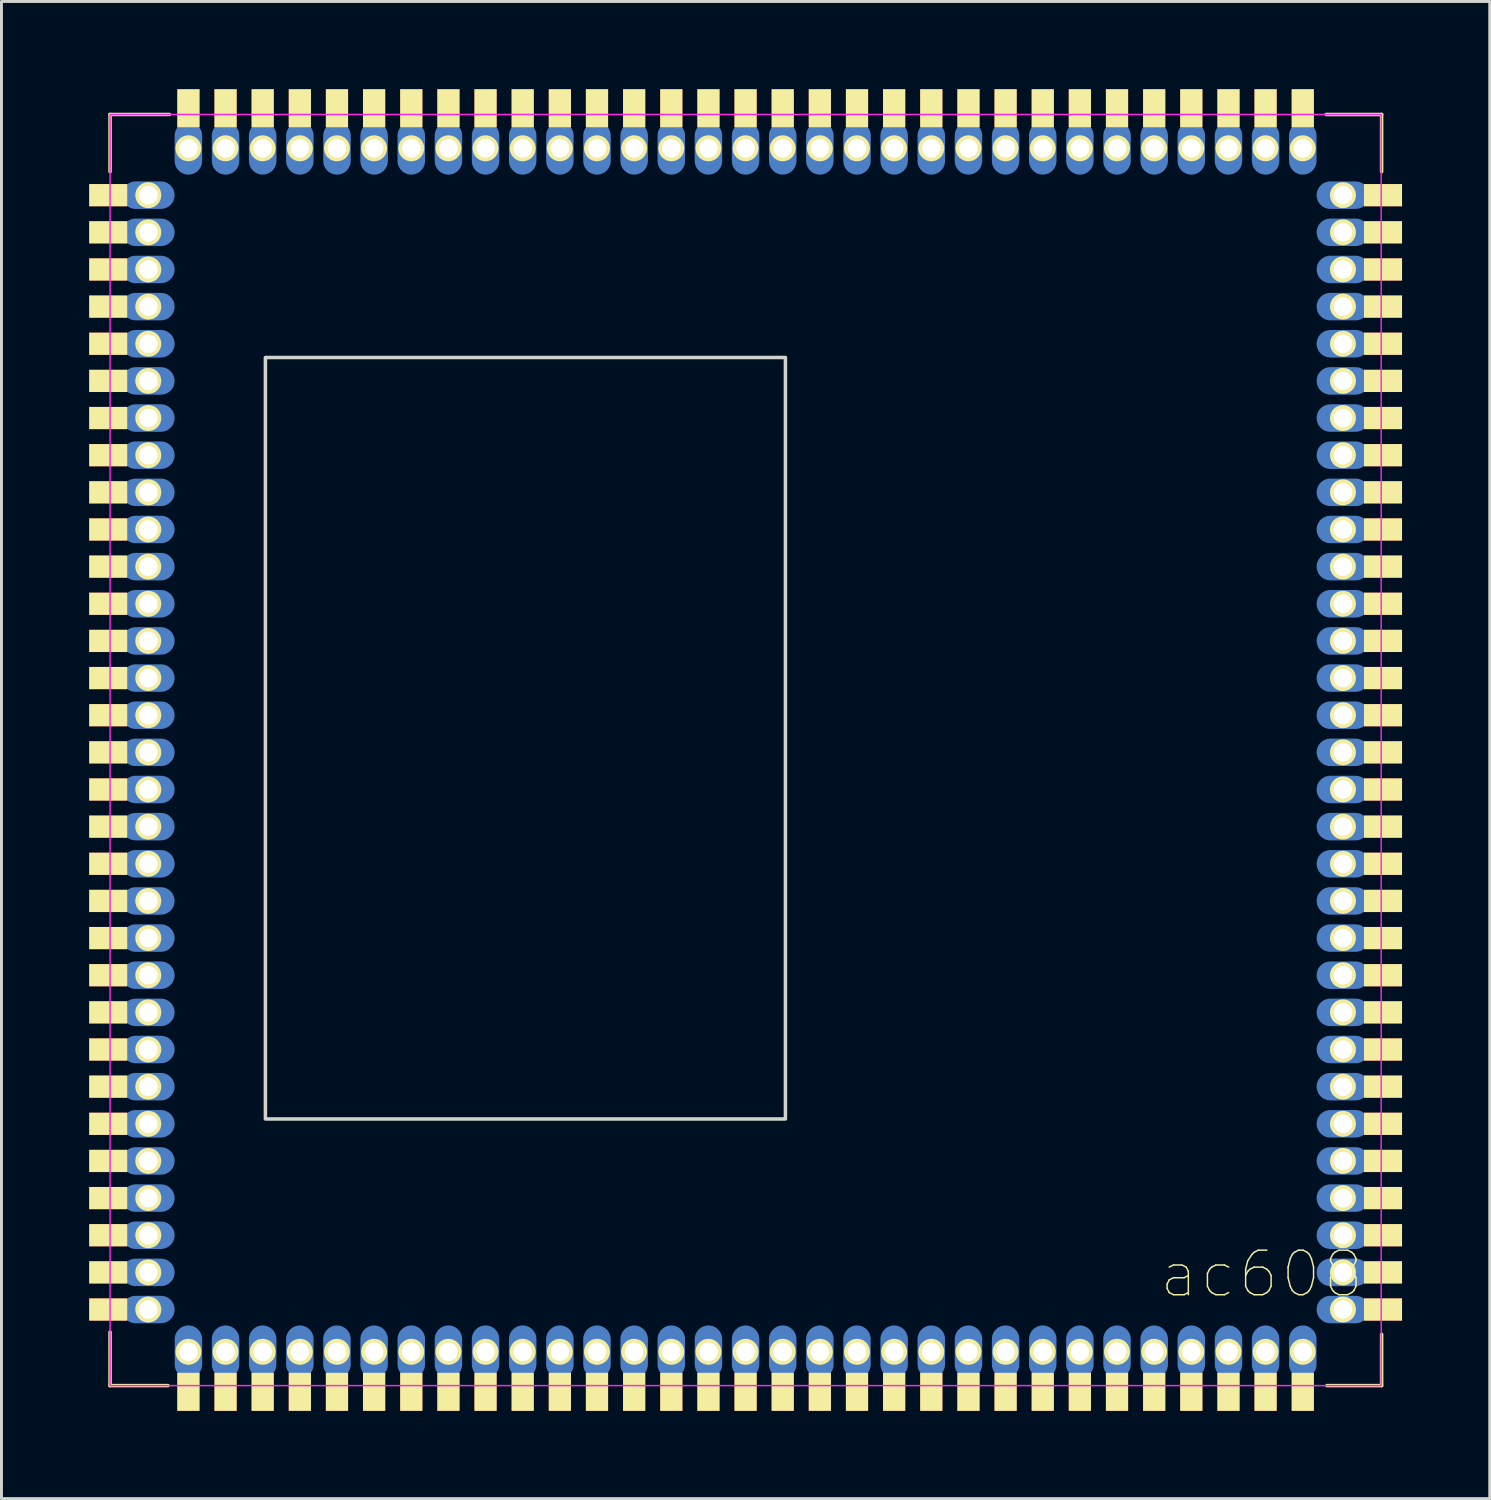
<source format=kicad_pcb>
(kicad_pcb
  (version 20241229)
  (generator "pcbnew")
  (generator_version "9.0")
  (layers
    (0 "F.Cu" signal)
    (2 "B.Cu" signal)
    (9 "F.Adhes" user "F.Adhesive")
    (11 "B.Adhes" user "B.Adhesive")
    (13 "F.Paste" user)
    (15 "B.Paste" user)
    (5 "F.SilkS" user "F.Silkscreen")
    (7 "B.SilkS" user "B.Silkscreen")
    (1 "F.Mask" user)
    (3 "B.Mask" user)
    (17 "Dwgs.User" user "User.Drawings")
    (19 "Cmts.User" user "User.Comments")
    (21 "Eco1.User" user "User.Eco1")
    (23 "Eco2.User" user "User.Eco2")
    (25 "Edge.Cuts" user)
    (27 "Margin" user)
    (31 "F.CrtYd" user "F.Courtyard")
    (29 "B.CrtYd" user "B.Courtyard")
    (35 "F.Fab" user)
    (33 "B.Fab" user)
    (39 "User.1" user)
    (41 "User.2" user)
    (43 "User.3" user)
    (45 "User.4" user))
  (footprint "ac608"
    (layer "F.Cu")
    (at 0.713 44.324)
    (property "Reference" "ac608" (at 39.37 -3.81 0) (layer "F.SilkS") (effects (font (size 1.524 1.524) (thickness 0.05))))
    (attr smd)
    (fp_line (start 0 -43.46) (end 0 -41.504) (stroke (width 0.12) (type solid)) (layer "F.SilkS"))
    (fp_line (start 0 -43.46) (end 2.032 -43.46) (stroke (width 0.12) (type solid)) (layer "F.SilkS"))
    (fp_line (start 0 0) (end 0 -1.829) (stroke (width 0.12) (type solid)) (layer "F.SilkS"))
    (fp_line (start 1.981 0) (end 0 0) (stroke (width 0.12) (type solid)) (layer "F.SilkS"))
    (fp_line (start 43.475 -43.459) (end 41.58 -43.459) (stroke (width 0.12) (type solid)) (layer "F.SilkS"))
    (fp_line (start 43.475 -43.459) (end 43.475 -41.504) (stroke (width 0.12) (type solid)) (layer "F.SilkS"))
    (fp_line (start 43.475 0) (end 41.605 0) (stroke (width 0.12) (type solid)) (layer "F.SilkS"))
    (fp_line (start 43.475 0) (end 43.475 -1.753) (stroke (width 0.12) (type solid)) (layer "F.SilkS"))
    (fp_rect (start 5.311 -9.116) (end 23.091 -35.151) (stroke (width 0.12) (type solid)) (fill no) (layer "Edge.Cuts"))
    (fp_rect (start 0 0) (end 43.46 -43.46) (stroke (width 0.05) (type solid)) (fill no) (layer "F.CrtYd"))
    (pad "1" thru_hole circle (at 2.679 -1.156) (size 0.889 0.889) (drill 0.635) (layers "*.Cu" "F.Mask" "F.SilkS"))
    (pad "1" smd oval (at 2.679 -1.156 270) (size 1.8 0.94) (layers "B.Cu" "B.Mask"))
    (pad "1" smd rect (at 2.679 -0.619 180) (size 0.5 0.5) (layers "F.Cu"))
    (pad "1" smd rect (at 2.679 0.213 180) (size 0.76 1.3) (layers "F.Cu" "F.Mask" "F.SilkS" "F.Paste"))
    (pad "2" thru_hole circle (at 3.949 -1.156) (size 0.889 0.889) (drill 0.635) (layers "*.Cu" "F.Mask" "F.SilkS"))
    (pad "2" smd oval (at 3.949 -1.156 270) (size 1.8 0.94) (layers "B.Cu" "B.Mask"))
    (pad "2" smd rect (at 3.949 -0.619 180) (size 0.5 0.5) (layers "F.Cu"))
    (pad "2" smd rect (at 3.949 0.213 180) (size 0.76 1.3) (layers "F.Cu" "F.Mask" "F.SilkS" "F.Paste"))
    (pad "3" thru_hole circle (at 5.218 -1.156) (size 0.889 0.889) (drill 0.635) (layers "*.Cu" "F.Mask" "F.SilkS"))
    (pad "3" smd oval (at 5.218 -1.156 270) (size 1.8 0.94) (layers "B.Cu" "B.Mask"))
    (pad "3" smd rect (at 5.218 -0.619 180) (size 0.5 0.5) (layers "F.Cu"))
    (pad "3" smd rect (at 5.218 0.213 180) (size 0.76 1.3) (layers "F.Cu" "F.Mask" "F.SilkS" "F.Paste"))
    (pad "4" thru_hole circle (at 6.489 -1.156) (size 0.889 0.889) (drill 0.635) (layers "*.Cu" "F.Mask" "F.SilkS"))
    (pad "4" smd oval (at 6.489 -1.156 270) (size 1.8 0.94) (layers "B.Cu" "B.Mask"))
    (pad "4" smd rect (at 6.489 -0.619 180) (size 0.5 0.5) (layers "F.Cu"))
    (pad "4" smd rect (at 6.489 0.213 180) (size 0.76 1.3) (layers "F.Cu" "F.Mask" "F.SilkS" "F.Paste"))
    (pad "5" thru_hole circle (at 7.758 -1.156) (size 0.889 0.889) (drill 0.635) (layers "*.Cu" "F.Mask" "F.SilkS"))
    (pad "5" smd oval (at 7.758 -1.156 270) (size 1.8 0.94) (layers "B.Cu" "B.Mask"))
    (pad "5" smd rect (at 7.758 -0.619 180) (size 0.5 0.5) (layers "F.Cu"))
    (pad "5" smd rect (at 7.758 0.213 180) (size 0.76 1.3) (layers "F.Cu" "F.Mask" "F.SilkS" "F.Paste"))
    (pad "6" thru_hole circle (at 9.028 -1.156) (size 0.889 0.889) (drill 0.635) (layers "*.Cu" "F.Mask" "F.SilkS"))
    (pad "6" smd oval (at 9.028 -1.156 270) (size 1.8 0.94) (layers "B.Cu" "B.Mask"))
    (pad "6" smd rect (at 9.028 -0.619 180) (size 0.5 0.5) (layers "F.Cu"))
    (pad "6" smd rect (at 9.028 0.213 180) (size 0.76 1.3) (layers "F.Cu" "F.Mask" "F.SilkS" "F.Paste"))
    (pad "7" thru_hole circle (at 10.299 -1.156) (size 0.889 0.889) (drill 0.635) (layers "*.Cu" "F.Mask" "F.SilkS"))
    (pad "7" smd oval (at 10.299 -1.156 270) (size 1.8 0.94) (layers "B.Cu" "B.Mask"))
    (pad "7" smd rect (at 10.299 -0.619 180) (size 0.5 0.5) (layers "F.Cu"))
    (pad "7" smd rect (at 10.299 0.213 180) (size 0.76 1.3) (layers "F.Cu" "F.Mask" "F.SilkS" "F.Paste"))
    (pad "8" thru_hole circle (at 11.569 -1.156) (size 0.889 0.889) (drill 0.635) (layers "*.Cu" "F.Mask" "F.SilkS"))
    (pad "8" smd oval (at 11.569 -1.156 270) (size 1.8 0.94) (layers "B.Cu" "B.Mask"))
    (pad "8" smd rect (at 11.569 -0.619 180) (size 0.5 0.5) (layers "F.Cu"))
    (pad "8" smd rect (at 11.569 0.213 180) (size 0.76 1.3) (layers "F.Cu" "F.Mask" "F.SilkS" "F.Paste"))
    (pad "9" thru_hole circle (at 12.838 -1.156) (size 0.889 0.889) (drill 0.635) (layers "*.Cu" "F.Mask" "F.SilkS"))
    (pad "9" smd oval (at 12.838 -1.156 270) (size 1.8 0.94) (layers "B.Cu" "B.Mask"))
    (pad "9" smd rect (at 12.838 -0.619 180) (size 0.5 0.5) (layers "F.Cu"))
    (pad "9" smd rect (at 12.838 0.213 180) (size 0.76 1.3) (layers "F.Cu" "F.Mask" "F.SilkS" "F.Paste"))
    (pad "10" thru_hole circle (at 14.108 -1.156) (size 0.889 0.889) (drill 0.635) (layers "*.Cu" "F.Mask" "F.SilkS"))
    (pad "10" smd oval (at 14.108 -1.156 270) (size 1.8 0.94) (layers "B.Cu" "B.Mask"))
    (pad "10" smd rect (at 14.108 -0.619 180) (size 0.5 0.5) (layers "F.Cu"))
    (pad "10" smd rect (at 14.108 0.213 180) (size 0.76 1.3) (layers "F.Cu" "F.Mask" "F.SilkS" "F.Paste"))
    (pad "11" thru_hole circle (at 15.379 -1.156) (size 0.889 0.889) (drill 0.635) (layers "*.Cu" "F.Mask" "F.SilkS"))
    (pad "11" smd oval (at 15.379 -1.156 270) (size 1.8 0.94) (layers "B.Cu" "B.Mask"))
    (pad "11" smd rect (at 15.379 -0.619 180) (size 0.5 0.5) (layers "F.Cu"))
    (pad "11" smd rect (at 15.379 0.213 180) (size 0.76 1.3) (layers "F.Cu" "F.Mask" "F.SilkS" "F.Paste"))
    (pad "12" thru_hole circle (at 16.648 -1.156) (size 0.889 0.889) (drill 0.635) (layers "*.Cu" "F.Mask" "F.SilkS"))
    (pad "12" smd oval (at 16.648 -1.156 270) (size 1.8 0.94) (layers "B.Cu" "B.Mask"))
    (pad "12" smd rect (at 16.648 -0.619 180) (size 0.5 0.5) (layers "F.Cu"))
    (pad "12" smd rect (at 16.648 0.213 180) (size 0.76 1.3) (layers "F.Cu" "F.Mask" "F.SilkS" "F.Paste"))
    (pad "13" thru_hole circle (at 17.919 -1.156) (size 0.889 0.889) (drill 0.635) (layers "*.Cu" "F.Mask" "F.SilkS"))
    (pad "13" smd oval (at 17.919 -1.156 270) (size 1.8 0.94) (layers "B.Cu" "B.Mask"))
    (pad "13" smd rect (at 17.919 -0.619 180) (size 0.5 0.5) (layers "F.Cu"))
    (pad "13" smd rect (at 17.919 0.213 180) (size 0.76 1.3) (layers "F.Cu" "F.Mask" "F.SilkS" "F.Paste"))
    (pad "14" thru_hole circle (at 19.189 -1.156) (size 0.889 0.889) (drill 0.635) (layers "*.Cu" "F.Mask" "F.SilkS"))
    (pad "14" smd oval (at 19.189 -1.156 270) (size 1.8 0.94) (layers "B.Cu" "B.Mask"))
    (pad "14" smd rect (at 19.189 -0.619 180) (size 0.5 0.5) (layers "F.Cu"))
    (pad "14" smd rect (at 19.189 0.213 180) (size 0.76 1.3) (layers "F.Cu" "F.Mask" "F.SilkS" "F.Paste"))
    (pad "15" thru_hole circle (at 20.459 -1.156) (size 0.889 0.889) (drill 0.635) (layers "*.Cu" "F.Mask" "F.SilkS"))
    (pad "15" smd oval (at 20.459 -1.156 270) (size 1.8 0.94) (layers "B.Cu" "B.Mask"))
    (pad "15" smd rect (at 20.459 -0.619 180) (size 0.5 0.5) (layers "F.Cu"))
    (pad "15" smd rect (at 20.459 0.213 180) (size 0.76 1.3) (layers "F.Cu" "F.Mask" "F.SilkS" "F.Paste"))
    (pad "16" thru_hole circle (at 21.729 -1.156) (size 0.889 0.889) (drill 0.635) (layers "*.Cu" "F.Mask" "F.SilkS"))
    (pad "16" smd oval (at 21.729 -1.156 270) (size 1.8 0.94) (layers "B.Cu" "B.Mask"))
    (pad "16" smd rect (at 21.729 -0.619 180) (size 0.5 0.5) (layers "F.Cu"))
    (pad "16" smd rect (at 21.729 0.213 180) (size 0.76 1.3) (layers "F.Cu" "F.Mask" "F.SilkS" "F.Paste"))
    (pad "17" thru_hole circle (at 22.998 -1.156) (size 0.889 0.889) (drill 0.635) (layers "*.Cu" "F.Mask" "F.SilkS"))
    (pad "17" smd oval (at 22.998 -1.156 270) (size 1.8 0.94) (layers "B.Cu" "B.Mask"))
    (pad "17" smd rect (at 22.998 -0.619 180) (size 0.5 0.5) (layers "F.Cu"))
    (pad "17" smd rect (at 22.998 0.213 180) (size 0.76 1.3) (layers "F.Cu" "F.Mask" "F.SilkS" "F.Paste"))
    (pad "18" thru_hole circle (at 24.268 -1.156) (size 0.889 0.889) (drill 0.635) (layers "*.Cu" "F.Mask" "F.SilkS"))
    (pad "18" smd oval (at 24.268 -1.156 270) (size 1.8 0.94) (layers "B.Cu" "B.Mask"))
    (pad "18" smd rect (at 24.268 -0.619 180) (size 0.5 0.5) (layers "F.Cu"))
    (pad "18" smd rect (at 24.268 0.213 180) (size 0.76 1.3) (layers "F.Cu" "F.Mask" "F.SilkS" "F.Paste"))
    (pad "19" thru_hole circle (at 25.538 -1.156) (size 0.889 0.889) (drill 0.635) (layers "*.Cu" "F.Mask" "F.SilkS"))
    (pad "19" smd oval (at 25.538 -1.156 270) (size 1.8 0.94) (layers "B.Cu" "B.Mask"))
    (pad "19" smd rect (at 25.538 -0.619 180) (size 0.5 0.5) (layers "F.Cu"))
    (pad "19" smd rect (at 25.538 0.213 180) (size 0.76 1.3) (layers "F.Cu" "F.Mask" "F.SilkS" "F.Paste"))
    (pad "20" thru_hole circle (at 26.808 -1.156) (size 0.889 0.889) (drill 0.635) (layers "*.Cu" "F.Mask" "F.SilkS"))
    (pad "20" smd oval (at 26.808 -1.156 270) (size 1.8 0.94) (layers "B.Cu" "B.Mask"))
    (pad "20" smd rect (at 26.808 -0.619 180) (size 0.5 0.5) (layers "F.Cu"))
    (pad "20" smd rect (at 26.808 0.213 180) (size 0.76 1.3) (layers "F.Cu" "F.Mask" "F.SilkS" "F.Paste"))
    (pad "21" thru_hole circle (at 28.078 -1.156) (size 0.889 0.889) (drill 0.635) (layers "*.Cu" "F.Mask" "F.SilkS"))
    (pad "21" smd oval (at 28.078 -1.156 270) (size 1.8 0.94) (layers "B.Cu" "B.Mask"))
    (pad "21" smd rect (at 28.078 -0.619 180) (size 0.5 0.5) (layers "F.Cu"))
    (pad "21" smd rect (at 28.078 0.213 180) (size 0.76 1.3) (layers "F.Cu" "F.Mask" "F.SilkS" "F.Paste"))
    (pad "22" thru_hole circle (at 29.349 -1.156) (size 0.889 0.889) (drill 0.635) (layers "*.Cu" "F.Mask" "F.SilkS"))
    (pad "22" smd oval (at 29.349 -1.156 270) (size 1.8 0.94) (layers "B.Cu" "B.Mask"))
    (pad "22" smd rect (at 29.349 -0.619 180) (size 0.5 0.5) (layers "F.Cu"))
    (pad "22" smd rect (at 29.349 0.213 180) (size 0.76 1.3) (layers "F.Cu" "F.Mask" "F.SilkS" "F.Paste"))
    (pad "23" thru_hole circle (at 30.619 -1.156) (size 0.889 0.889) (drill 0.635) (layers "*.Cu" "F.Mask" "F.SilkS"))
    (pad "23" smd oval (at 30.619 -1.156 270) (size 1.8 0.94) (layers "B.Cu" "B.Mask"))
    (pad "23" smd rect (at 30.619 -0.619 180) (size 0.5 0.5) (layers "F.Cu"))
    (pad "23" smd rect (at 30.619 0.213 180) (size 0.76 1.3) (layers "F.Cu" "F.Mask" "F.SilkS" "F.Paste"))
    (pad "24" thru_hole circle (at 31.889 -1.156) (size 0.889 0.889) (drill 0.635) (layers "*.Cu" "F.Mask" "F.SilkS"))
    (pad "24" smd oval (at 31.889 -1.156 270) (size 1.8 0.94) (layers "B.Cu" "B.Mask"))
    (pad "24" smd rect (at 31.889 -0.619 180) (size 0.5 0.5) (layers "F.Cu"))
    (pad "24" smd rect (at 31.889 0.213 180) (size 0.76 1.3) (layers "F.Cu" "F.Mask" "F.SilkS" "F.Paste"))
    (pad "25" thru_hole circle (at 33.158 -1.156) (size 0.889 0.889) (drill 0.635) (layers "*.Cu" "F.Mask" "F.SilkS"))
    (pad "25" smd oval (at 33.158 -1.156 270) (size 1.8 0.94) (layers "B.Cu" "B.Mask"))
    (pad "25" smd rect (at 33.158 -0.619 180) (size 0.5 0.5) (layers "F.Cu"))
    (pad "25" smd rect (at 33.158 0.213 180) (size 0.76 1.3) (layers "F.Cu" "F.Mask" "F.SilkS" "F.Paste"))
    (pad "26" thru_hole circle (at 34.428 -1.156) (size 0.889 0.889) (drill 0.635) (layers "*.Cu" "F.Mask" "F.SilkS"))
    (pad "26" smd oval (at 34.428 -1.156 270) (size 1.8 0.94) (layers "B.Cu" "B.Mask"))
    (pad "26" smd rect (at 34.428 -0.619 180) (size 0.5 0.5) (layers "F.Cu"))
    (pad "26" smd rect (at 34.428 0.213 180) (size 0.76 1.3) (layers "F.Cu" "F.Mask" "F.SilkS" "F.Paste"))
    (pad "27" thru_hole circle (at 35.699 -1.156) (size 0.889 0.889) (drill 0.635) (layers "*.Cu" "F.Mask" "F.SilkS"))
    (pad "27" smd oval (at 35.699 -1.156 270) (size 1.8 0.94) (layers "B.Cu" "B.Mask"))
    (pad "27" smd rect (at 35.699 -0.619 180) (size 0.5 0.5) (layers "F.Cu"))
    (pad "27" smd rect (at 35.699 0.213 180) (size 0.76 1.3) (layers "F.Cu" "F.Mask" "F.SilkS" "F.Paste"))
    (pad "28" thru_hole circle (at 36.968 -1.156) (size 0.889 0.889) (drill 0.635) (layers "*.Cu" "F.Mask" "F.SilkS"))
    (pad "28" smd oval (at 36.968 -1.156 270) (size 1.8 0.94) (layers "B.Cu" "B.Mask"))
    (pad "28" smd rect (at 36.968 -0.619 180) (size 0.5 0.5) (layers "F.Cu"))
    (pad "28" smd rect (at 36.968 0.213 180) (size 0.76 1.3) (layers "F.Cu" "F.Mask" "F.SilkS" "F.Paste"))
    (pad "29" thru_hole circle (at 38.239 -1.156) (size 0.889 0.889) (drill 0.635) (layers "*.Cu" "F.Mask" "F.SilkS"))
    (pad "29" smd oval (at 38.239 -1.156 270) (size 1.8 0.94) (layers "B.Cu" "B.Mask"))
    (pad "29" smd rect (at 38.239 -0.619 180) (size 0.5 0.5) (layers "F.Cu"))
    (pad "29" smd rect (at 38.239 0.213 180) (size 0.76 1.3) (layers "F.Cu" "F.Mask" "F.SilkS" "F.Paste"))
    (pad "30" thru_hole circle (at 39.508 -1.156) (size 0.889 0.889) (drill 0.635) (layers "*.Cu" "F.Mask" "F.SilkS"))
    (pad "30" smd oval (at 39.508 -1.156 270) (size 1.8 0.94) (layers "B.Cu" "B.Mask"))
    (pad "30" smd rect (at 39.508 -0.619 180) (size 0.5 0.5) (layers "F.Cu"))
    (pad "30" smd rect (at 39.508 0.213 180) (size 0.76 1.3) (layers "F.Cu" "F.Mask" "F.SilkS" "F.Paste"))
    (pad "31" thru_hole circle (at 40.779 -1.156) (size 0.889 0.889) (drill 0.635) (layers "*.Cu" "F.Mask" "F.SilkS"))
    (pad "31" smd oval (at 40.779 -1.156 270) (size 1.8 0.94) (layers "B.Cu" "B.Mask"))
    (pad "31" smd rect (at 40.779 -0.619 180) (size 0.5 0.5) (layers "F.Cu"))
    (pad "31" smd rect (at 40.779 0.213 180) (size 0.76 1.3) (layers "F.Cu" "F.Mask" "F.SilkS" "F.Paste"))
    (pad "32" thru_hole circle (at 42.153 -2.601 90) (size 0.889 0.889) (drill 0.635) (layers "*.Cu" "F.Mask" "F.SilkS"))
    (pad "32" smd oval (at 42.153 -2.601) (size 1.8 0.94) (layers "B.Cu" "B.Mask"))
    (pad "32" smd rect (at 42.69 -2.601 270) (size 0.5 0.5) (layers "F.Cu"))
    (pad "32" smd rect (at 43.523 -2.601 270) (size 0.76 1.3) (layers "F.Cu" "F.Mask" "F.SilkS" "F.Paste"))
    (pad "33" thru_hole circle (at 42.153 -3.871 90) (size 0.889 0.889) (drill 0.635) (layers "*.Cu" "F.Mask" "F.SilkS"))
    (pad "33" smd oval (at 42.153 -3.871) (size 1.8 0.94) (layers "B.Cu" "B.Mask"))
    (pad "33" smd rect (at 42.69 -3.871 270) (size 0.5 0.5) (layers "F.Cu"))
    (pad "33" smd rect (at 43.523 -3.871 270) (size 0.76 1.3) (layers "F.Cu" "F.Mask" "F.SilkS" "F.Paste"))
    (pad "34" thru_hole circle (at 42.153 -5.141 90) (size 0.889 0.889) (drill 0.635) (layers "*.Cu" "F.Mask" "F.SilkS"))
    (pad "34" smd oval (at 42.153 -5.141) (size 1.8 0.94) (layers "B.Cu" "B.Mask"))
    (pad "34" smd rect (at 42.69 -5.141 270) (size 0.5 0.5) (layers "F.Cu"))
    (pad "34" smd rect (at 43.523 -5.141 270) (size 0.76 1.3) (layers "F.Cu" "F.Mask" "F.SilkS" "F.Paste"))
    (pad "35" thru_hole circle (at 42.153 -6.411 90) (size 0.889 0.889) (drill 0.635) (layers "*.Cu" "F.Mask" "F.SilkS"))
    (pad "35" smd oval (at 42.153 -6.411) (size 1.8 0.94) (layers "B.Cu" "B.Mask"))
    (pad "35" smd rect (at 42.69 -6.411 270) (size 0.5 0.5) (layers "F.Cu"))
    (pad "35" smd rect (at 43.523 -6.411 270) (size 0.76 1.3) (layers "F.Cu" "F.Mask" "F.SilkS" "F.Paste"))
    (pad "36" thru_hole circle (at 42.153 -7.681 90) (size 0.889 0.889) (drill 0.635) (layers "*.Cu" "F.Mask" "F.SilkS"))
    (pad "36" smd oval (at 42.153 -7.681) (size 1.8 0.94) (layers "B.Cu" "B.Mask"))
    (pad "36" smd rect (at 42.69 -7.681 270) (size 0.5 0.5) (layers "F.Cu"))
    (pad "36" smd rect (at 43.523 -7.681 270) (size 0.76 1.3) (layers "F.Cu" "F.Mask" "F.SilkS" "F.Paste"))
    (pad "37" thru_hole circle (at 42.153 -8.951 90) (size 0.889 0.889) (drill 0.635) (layers "*.Cu" "F.Mask" "F.SilkS"))
    (pad "37" smd oval (at 42.153 -8.951) (size 1.8 0.94) (layers "B.Cu" "B.Mask"))
    (pad "37" smd rect (at 42.69 -8.951 270) (size 0.5 0.5) (layers "F.Cu"))
    (pad "37" smd rect (at 43.523 -8.951 270) (size 0.76 1.3) (layers "F.Cu" "F.Mask" "F.SilkS" "F.Paste"))
    (pad "38" thru_hole circle (at 42.153 -10.221 90) (size 0.889 0.889) (drill 0.635) (layers "*.Cu" "F.Mask" "F.SilkS"))
    (pad "38" smd oval (at 42.153 -10.221) (size 1.8 0.94) (layers "B.Cu" "B.Mask"))
    (pad "38" smd rect (at 42.69 -10.221 270) (size 0.5 0.5) (layers "F.Cu"))
    (pad "38" smd rect (at 43.523 -10.221 270) (size 0.76 1.3) (layers "F.Cu" "F.Mask" "F.SilkS" "F.Paste"))
    (pad "39" thru_hole circle (at 42.153 -11.491 90) (size 0.889 0.889) (drill 0.635) (layers "*.Cu" "F.Mask" "F.SilkS"))
    (pad "39" smd oval (at 42.153 -11.491) (size 1.8 0.94) (layers "B.Cu" "B.Mask"))
    (pad "39" smd rect (at 42.69 -11.491 270) (size 0.5 0.5) (layers "F.Cu"))
    (pad "39" smd rect (at 43.523 -11.491 270) (size 0.76 1.3) (layers "F.Cu" "F.Mask" "F.SilkS" "F.Paste"))
    (pad "40" thru_hole circle (at 42.153 -12.761 90) (size 0.889 0.889) (drill 0.635) (layers "*.Cu" "F.Mask" "F.SilkS"))
    (pad "40" smd oval (at 42.153 -12.761) (size 1.8 0.94) (layers "B.Cu" "B.Mask"))
    (pad "40" smd rect (at 42.69 -12.761 270) (size 0.5 0.5) (layers "F.Cu"))
    (pad "40" smd rect (at 43.523 -12.761 270) (size 0.76 1.3) (layers "F.Cu" "F.Mask" "F.SilkS" "F.Paste"))
    (pad "41" thru_hole circle (at 42.153 -14.031 90) (size 0.889 0.889) (drill 0.635) (layers "*.Cu" "F.Mask" "F.SilkS"))
    (pad "41" smd oval (at 42.153 -14.031) (size 1.8 0.94) (layers "B.Cu" "B.Mask"))
    (pad "41" smd rect (at 42.69 -14.031 270) (size 0.5 0.5) (layers "F.Cu"))
    (pad "41" smd rect (at 43.523 -14.031 270) (size 0.76 1.3) (layers "F.Cu" "F.Mask" "F.SilkS" "F.Paste"))
    (pad "42" thru_hole circle (at 42.153 -15.301 90) (size 0.889 0.889) (drill 0.635) (layers "*.Cu" "F.Mask" "F.SilkS"))
    (pad "42" smd oval (at 42.153 -15.301) (size 1.8 0.94) (layers "B.Cu" "B.Mask"))
    (pad "42" smd rect (at 42.69 -15.301 270) (size 0.5 0.5) (layers "F.Cu"))
    (pad "42" smd rect (at 43.523 -15.301 270) (size 0.76 1.3) (layers "F.Cu" "F.Mask" "F.SilkS" "F.Paste"))
    (pad "43" thru_hole circle (at 42.153 -16.571 90) (size 0.889 0.889) (drill 0.635) (layers "*.Cu" "F.Mask" "F.SilkS"))
    (pad "43" smd oval (at 42.153 -16.571) (size 1.8 0.94) (layers "B.Cu" "B.Mask"))
    (pad "43" smd rect (at 42.69 -16.571 270) (size 0.5 0.5) (layers "F.Cu"))
    (pad "43" smd rect (at 43.523 -16.571 270) (size 0.76 1.3) (layers "F.Cu" "F.Mask" "F.SilkS" "F.Paste"))
    (pad "44" thru_hole circle (at 42.153 -17.841 90) (size 0.889 0.889) (drill 0.635) (layers "*.Cu" "F.Mask" "F.SilkS"))
    (pad "44" smd oval (at 42.153 -17.841) (size 1.8 0.94) (layers "B.Cu" "B.Mask"))
    (pad "44" smd rect (at 42.69 -17.841 270) (size 0.5 0.5) (layers "F.Cu"))
    (pad "44" smd rect (at 43.523 -17.841 270) (size 0.76 1.3) (layers "F.Cu" "F.Mask" "F.SilkS" "F.Paste"))
    (pad "45" thru_hole circle (at 42.153 -19.111 90) (size 0.889 0.889) (drill 0.635) (layers "*.Cu" "F.Mask" "F.SilkS"))
    (pad "45" smd oval (at 42.153 -19.111) (size 1.8 0.94) (layers "B.Cu" "B.Mask"))
    (pad "45" smd rect (at 42.69 -19.111 270) (size 0.5 0.5) (layers "F.Cu"))
    (pad "45" smd rect (at 43.523 -19.111 270) (size 0.76 1.3) (layers "F.Cu" "F.Mask" "F.SilkS" "F.Paste"))
    (pad "46" thru_hole circle (at 42.153 -20.381 90) (size 0.889 0.889) (drill 0.635) (layers "*.Cu" "F.Mask" "F.SilkS"))
    (pad "46" smd oval (at 42.153 -20.381) (size 1.8 0.94) (layers "B.Cu" "B.Mask"))
    (pad "46" smd rect (at 42.69 -20.381 270) (size 0.5 0.5) (layers "F.Cu"))
    (pad "46" smd rect (at 43.523 -20.381 270) (size 0.76 1.3) (layers "F.Cu" "F.Mask" "F.SilkS" "F.Paste"))
    (pad "47" thru_hole circle (at 42.153 -21.651 90) (size 0.889 0.889) (drill 0.635) (layers "*.Cu" "F.Mask" "F.SilkS"))
    (pad "47" smd oval (at 42.153 -21.651) (size 1.8 0.94) (layers "B.Cu" "B.Mask"))
    (pad "47" smd rect (at 42.69 -21.651 270) (size 0.5 0.5) (layers "F.Cu"))
    (pad "47" smd rect (at 43.523 -21.651 270) (size 0.76 1.3) (layers "F.Cu" "F.Mask" "F.SilkS" "F.Paste"))
    (pad "48" thru_hole circle (at 42.153 -22.921 90) (size 0.889 0.889) (drill 0.635) (layers "*.Cu" "F.Mask" "F.SilkS"))
    (pad "48" smd oval (at 42.153 -22.921) (size 1.8 0.94) (layers "B.Cu" "B.Mask"))
    (pad "48" smd rect (at 42.69 -22.921 270) (size 0.5 0.5) (layers "F.Cu"))
    (pad "48" smd rect (at 43.523 -22.921 270) (size 0.76 1.3) (layers "F.Cu" "F.Mask" "F.SilkS" "F.Paste"))
    (pad "49" thru_hole circle (at 42.153 -24.191 90) (size 0.889 0.889) (drill 0.635) (layers "*.Cu" "F.Mask" "F.SilkS"))
    (pad "49" smd oval (at 42.153 -24.191) (size 1.8 0.94) (layers "B.Cu" "B.Mask"))
    (pad "49" smd rect (at 42.69 -24.191 270) (size 0.5 0.5) (layers "F.Cu"))
    (pad "49" smd rect (at 43.523 -24.191 270) (size 0.76 1.3) (layers "F.Cu" "F.Mask" "F.SilkS" "F.Paste"))
    (pad "50" thru_hole circle (at 42.153 -25.461 90) (size 0.889 0.889) (drill 0.635) (layers "*.Cu" "F.Mask" "F.SilkS"))
    (pad "50" smd oval (at 42.153 -25.461) (size 1.8 0.94) (layers "B.Cu" "B.Mask"))
    (pad "50" smd rect (at 42.69 -25.461 270) (size 0.5 0.5) (layers "F.Cu"))
    (pad "50" smd rect (at 43.523 -25.461 270) (size 0.76 1.3) (layers "F.Cu" "F.Mask" "F.SilkS" "F.Paste"))
    (pad "51" thru_hole circle (at 42.153 -26.731 90) (size 0.889 0.889) (drill 0.635) (layers "*.Cu" "F.Mask" "F.SilkS"))
    (pad "51" smd oval (at 42.153 -26.731) (size 1.8 0.94) (layers "B.Cu" "B.Mask"))
    (pad "51" smd rect (at 42.69 -26.731 270) (size 0.5 0.5) (layers "F.Cu"))
    (pad "51" smd rect (at 43.523 -26.731 270) (size 0.76 1.3) (layers "F.Cu" "F.Mask" "F.SilkS" "F.Paste"))
    (pad "52" thru_hole circle (at 42.153 -28.001 90) (size 0.889 0.889) (drill 0.635) (layers "*.Cu" "F.Mask" "F.SilkS"))
    (pad "52" smd oval (at 42.153 -28.001) (size 1.8 0.94) (layers "B.Cu" "B.Mask"))
    (pad "52" smd rect (at 42.69 -28.001 270) (size 0.5 0.5) (layers "F.Cu"))
    (pad "52" smd rect (at 43.523 -28.001 270) (size 0.76 1.3) (layers "F.Cu" "F.Mask" "F.SilkS" "F.Paste"))
    (pad "53" thru_hole circle (at 42.153 -29.271 90) (size 0.889 0.889) (drill 0.635) (layers "*.Cu" "F.Mask" "F.SilkS"))
    (pad "53" smd oval (at 42.153 -29.271) (size 1.8 0.94) (layers "B.Cu" "B.Mask"))
    (pad "53" smd rect (at 42.69 -29.271 270) (size 0.5 0.5) (layers "F.Cu"))
    (pad "53" smd rect (at 43.523 -29.271 270) (size 0.76 1.3) (layers "F.Cu" "F.Mask" "F.SilkS" "F.Paste"))
    (pad "54" thru_hole circle (at 42.153 -30.541 90) (size 0.889 0.889) (drill 0.635) (layers "*.Cu" "F.Mask" "F.SilkS"))
    (pad "54" smd oval (at 42.153 -30.541) (size 1.8 0.94) (layers "B.Cu" "B.Mask"))
    (pad "54" smd rect (at 42.69 -30.541 270) (size 0.5 0.5) (layers "F.Cu"))
    (pad "54" smd rect (at 43.523 -30.541 270) (size 0.76 1.3) (layers "F.Cu" "F.Mask" "F.SilkS" "F.Paste"))
    (pad "55" thru_hole circle (at 42.153 -31.811 90) (size 0.889 0.889) (drill 0.635) (layers "*.Cu" "F.Mask" "F.SilkS"))
    (pad "55" smd oval (at 42.153 -31.811) (size 1.8 0.94) (layers "B.Cu" "B.Mask"))
    (pad "55" smd rect (at 42.69 -31.811 270) (size 0.5 0.5) (layers "F.Cu"))
    (pad "55" smd rect (at 43.523 -31.811 270) (size 0.76 1.3) (layers "F.Cu" "F.Mask" "F.SilkS" "F.Paste"))
    (pad "56" thru_hole circle (at 42.153 -33.081 90) (size 0.889 0.889) (drill 0.635) (layers "*.Cu" "F.Mask" "F.SilkS"))
    (pad "56" smd oval (at 42.153 -33.081) (size 1.8 0.94) (layers "B.Cu" "B.Mask"))
    (pad "56" smd rect (at 42.69 -33.081 270) (size 0.5 0.5) (layers "F.Cu"))
    (pad "56" smd rect (at 43.523 -33.081 270) (size 0.76 1.3) (layers "F.Cu" "F.Mask" "F.SilkS" "F.Paste"))
    (pad "57" thru_hole circle (at 42.153 -34.351 90) (size 0.889 0.889) (drill 0.635) (layers "*.Cu" "F.Mask" "F.SilkS"))
    (pad "57" smd oval (at 42.153 -34.351) (size 1.8 0.94) (layers "B.Cu" "B.Mask"))
    (pad "57" smd rect (at 42.69 -34.351 270) (size 0.5 0.5) (layers "F.Cu"))
    (pad "57" smd rect (at 43.523 -34.351 270) (size 0.76 1.3) (layers "F.Cu" "F.Mask" "F.SilkS" "F.Paste"))
    (pad "58" thru_hole circle (at 42.153 -35.621 90) (size 0.889 0.889) (drill 0.635) (layers "*.Cu" "F.Mask" "F.SilkS"))
    (pad "58" smd oval (at 42.153 -35.621) (size 1.8 0.94) (layers "B.Cu" "B.Mask"))
    (pad "58" smd rect (at 42.69 -35.621 270) (size 0.5 0.5) (layers "F.Cu"))
    (pad "58" smd rect (at 43.523 -35.621 270) (size 0.76 1.3) (layers "F.Cu" "F.Mask" "F.SilkS" "F.Paste"))
    (pad "59" thru_hole circle (at 42.153 -36.891 90) (size 0.889 0.889) (drill 0.635) (layers "*.Cu" "F.Mask" "F.SilkS"))
    (pad "59" smd oval (at 42.153 -36.891) (size 1.8 0.94) (layers "B.Cu" "B.Mask"))
    (pad "59" smd rect (at 42.69 -36.891 270) (size 0.5 0.5) (layers "F.Cu"))
    (pad "59" smd rect (at 43.523 -36.891 270) (size 0.76 1.3) (layers "F.Cu" "F.Mask" "F.SilkS" "F.Paste"))
    (pad "60" thru_hole circle (at 42.153 -38.161 90) (size 0.889 0.889) (drill 0.635) (layers "*.Cu" "F.Mask" "F.SilkS"))
    (pad "60" smd oval (at 42.153 -38.161) (size 1.8 0.94) (layers "B.Cu" "B.Mask"))
    (pad "60" smd rect (at 42.69 -38.161 270) (size 0.5 0.5) (layers "F.Cu"))
    (pad "60" smd rect (at 43.523 -38.161 270) (size 0.76 1.3) (layers "F.Cu" "F.Mask" "F.SilkS" "F.Paste"))
    (pad "61" thru_hole circle (at 42.153 -39.431 90) (size 0.889 0.889) (drill 0.635) (layers "*.Cu" "F.Mask" "F.SilkS"))
    (pad "61" smd oval (at 42.153 -39.431) (size 1.8 0.94) (layers "B.Cu" "B.Mask"))
    (pad "61" smd rect (at 42.69 -39.431 270) (size 0.5 0.5) (layers "F.Cu"))
    (pad "61" smd rect (at 43.523 -39.431 270) (size 0.76 1.3) (layers "F.Cu" "F.Mask" "F.SilkS" "F.Paste"))
    (pad "62" thru_hole circle (at 42.153 -40.701 90) (size 0.889 0.889) (drill 0.635) (layers "*.Cu" "F.Mask" "F.SilkS"))
    (pad "62" smd oval (at 42.153 -40.701) (size 1.8 0.94) (layers "B.Cu" "B.Mask"))
    (pad "62" smd rect (at 42.69 -40.701 270) (size 0.5 0.5) (layers "F.Cu"))
    (pad "62" smd rect (at 43.523 -40.701 270) (size 0.76 1.3) (layers "F.Cu" "F.Mask" "F.SilkS" "F.Paste"))
    (pad "63" smd rect (at 40.779 -43.674) (size 0.76 1.3) (layers "F.Cu" "F.Mask" "F.SilkS" "F.Paste"))
    (pad "63" smd rect (at 40.779 -42.841) (size 0.5 0.5) (layers "F.Cu"))
    (pad "63" thru_hole circle (at 40.779 -42.304 180) (size 0.889 0.889) (drill 0.635) (layers "*.Cu" "F.Mask" "F.SilkS"))
    (pad "63" smd oval (at 40.779 -42.304 90) (size 1.8 0.94) (layers "B.Cu" "B.Mask"))
    (pad "64" smd rect (at 39.508 -43.674) (size 0.76 1.3) (layers "F.Cu" "F.Mask" "F.SilkS" "F.Paste"))
    (pad "64" smd rect (at 39.508 -42.841) (size 0.5 0.5) (layers "F.Cu"))
    (pad "64" thru_hole circle (at 39.508 -42.304 180) (size 0.889 0.889) (drill 0.635) (layers "*.Cu" "F.Mask" "F.SilkS"))
    (pad "64" smd oval (at 39.508 -42.304 90) (size 1.8 0.94) (layers "B.Cu" "B.Mask"))
    (pad "65" smd rect (at 38.239 -43.674) (size 0.76 1.3) (layers "F.Cu" "F.Mask" "F.SilkS" "F.Paste"))
    (pad "65" smd rect (at 38.239 -42.841) (size 0.5 0.5) (layers "F.Cu"))
    (pad "65" thru_hole circle (at 38.239 -42.304 180) (size 0.889 0.889) (drill 0.635) (layers "*.Cu" "F.Mask" "F.SilkS"))
    (pad "65" smd oval (at 38.239 -42.304 90) (size 1.8 0.94) (layers "B.Cu" "B.Mask"))
    (pad "66" smd rect (at 36.968 -43.674) (size 0.76 1.3) (layers "F.Cu" "F.Mask" "F.SilkS" "F.Paste"))
    (pad "66" smd rect (at 36.968 -42.841) (size 0.5 0.5) (layers "F.Cu"))
    (pad "66" thru_hole circle (at 36.968 -42.304 180) (size 0.889 0.889) (drill 0.635) (layers "*.Cu" "F.Mask" "F.SilkS"))
    (pad "66" smd oval (at 36.968 -42.304 90) (size 1.8 0.94) (layers "B.Cu" "B.Mask"))
    (pad "67" smd rect (at 35.699 -43.674) (size 0.76 1.3) (layers "F.Cu" "F.Mask" "F.SilkS" "F.Paste"))
    (pad "67" smd rect (at 35.699 -42.841) (size 0.5 0.5) (layers "F.Cu"))
    (pad "67" thru_hole circle (at 35.699 -42.304 180) (size 0.889 0.889) (drill 0.635) (layers "*.Cu" "F.Mask" "F.SilkS"))
    (pad "67" smd oval (at 35.699 -42.304 90) (size 1.8 0.94) (layers "B.Cu" "B.Mask"))
    (pad "68" smd rect (at 34.428 -43.674) (size 0.76 1.3) (layers "F.Cu" "F.Mask" "F.SilkS" "F.Paste"))
    (pad "68" smd rect (at 34.428 -42.841) (size 0.5 0.5) (layers "F.Cu"))
    (pad "68" thru_hole circle (at 34.428 -42.304 180) (size 0.889 0.889) (drill 0.635) (layers "*.Cu" "F.Mask" "F.SilkS"))
    (pad "68" smd oval (at 34.428 -42.304 90) (size 1.8 0.94) (layers "B.Cu" "B.Mask"))
    (pad "69" smd rect (at 33.158 -43.674) (size 0.76 1.3) (layers "F.Cu" "F.Mask" "F.SilkS" "F.Paste"))
    (pad "69" smd rect (at 33.158 -42.841) (size 0.5 0.5) (layers "F.Cu"))
    (pad "69" thru_hole circle (at 33.158 -42.304 180) (size 0.889 0.889) (drill 0.635) (layers "*.Cu" "F.Mask" "F.SilkS"))
    (pad "69" smd oval (at 33.158 -42.304 90) (size 1.8 0.94) (layers "B.Cu" "B.Mask"))
    (pad "70" smd rect (at 31.889 -43.674) (size 0.76 1.3) (layers "F.Cu" "F.Mask" "F.SilkS" "F.Paste"))
    (pad "70" smd rect (at 31.889 -42.841) (size 0.5 0.5) (layers "F.Cu"))
    (pad "70" thru_hole circle (at 31.889 -42.304 180) (size 0.889 0.889) (drill 0.635) (layers "*.Cu" "F.Mask" "F.SilkS"))
    (pad "70" smd oval (at 31.889 -42.304 90) (size 1.8 0.94) (layers "B.Cu" "B.Mask"))
    (pad "71" smd rect (at 30.619 -43.674) (size 0.76 1.3) (layers "F.Cu" "F.Mask" "F.SilkS" "F.Paste"))
    (pad "71" smd rect (at 30.619 -42.841) (size 0.5 0.5) (layers "F.Cu"))
    (pad "71" thru_hole circle (at 30.619 -42.304 180) (size 0.889 0.889) (drill 0.635) (layers "*.Cu" "F.Mask" "F.SilkS"))
    (pad "71" smd oval (at 30.619 -42.304 90) (size 1.8 0.94) (layers "B.Cu" "B.Mask"))
    (pad "72" smd rect (at 29.349 -43.674) (size 0.76 1.3) (layers "F.Cu" "F.Mask" "F.SilkS" "F.Paste"))
    (pad "72" smd rect (at 29.349 -42.841) (size 0.5 0.5) (layers "F.Cu"))
    (pad "72" thru_hole circle (at 29.349 -42.304 180) (size 0.889 0.889) (drill 0.635) (layers "*.Cu" "F.Mask" "F.SilkS"))
    (pad "72" smd oval (at 29.349 -42.304 90) (size 1.8 0.94) (layers "B.Cu" "B.Mask"))
    (pad "73" smd rect (at 28.078 -43.674) (size 0.76 1.3) (layers "F.Cu" "F.Mask" "F.SilkS" "F.Paste"))
    (pad "73" smd rect (at 28.078 -42.841) (size 0.5 0.5) (layers "F.Cu"))
    (pad "73" thru_hole circle (at 28.078 -42.304 180) (size 0.889 0.889) (drill 0.635) (layers "*.Cu" "F.Mask" "F.SilkS"))
    (pad "73" smd oval (at 28.078 -42.304 90) (size 1.8 0.94) (layers "B.Cu" "B.Mask"))
    (pad "74" smd rect (at 26.808 -43.674) (size 0.76 1.3) (layers "F.Cu" "F.Mask" "F.SilkS" "F.Paste"))
    (pad "74" smd rect (at 26.808 -42.841) (size 0.5 0.5) (layers "F.Cu"))
    (pad "74" thru_hole circle (at 26.808 -42.304 180) (size 0.889 0.889) (drill 0.635) (layers "*.Cu" "F.Mask" "F.SilkS"))
    (pad "74" smd oval (at 26.808 -42.304 90) (size 1.8 0.94) (layers "B.Cu" "B.Mask"))
    (pad "75" smd rect (at 25.538 -43.674) (size 0.76 1.3) (layers "F.Cu" "F.Mask" "F.SilkS" "F.Paste"))
    (pad "75" smd rect (at 25.538 -42.841) (size 0.5 0.5) (layers "F.Cu"))
    (pad "75" thru_hole circle (at 25.538 -42.304 180) (size 0.889 0.889) (drill 0.635) (layers "*.Cu" "F.Mask" "F.SilkS"))
    (pad "75" smd oval (at 25.538 -42.304 90) (size 1.8 0.94) (layers "B.Cu" "B.Mask"))
    (pad "76" smd rect (at 24.268 -43.674) (size 0.76 1.3) (layers "F.Cu" "F.Mask" "F.SilkS" "F.Paste"))
    (pad "76" smd rect (at 24.268 -42.841) (size 0.5 0.5) (layers "F.Cu"))
    (pad "76" thru_hole circle (at 24.268 -42.304 180) (size 0.889 0.889) (drill 0.635) (layers "*.Cu" "F.Mask" "F.SilkS"))
    (pad "76" smd oval (at 24.268 -42.304 90) (size 1.8 0.94) (layers "B.Cu" "B.Mask"))
    (pad "77" smd rect (at 22.998 -43.674) (size 0.76 1.3) (layers "F.Cu" "F.Mask" "F.SilkS" "F.Paste"))
    (pad "77" smd rect (at 22.998 -42.841) (size 0.5 0.5) (layers "F.Cu"))
    (pad "77" thru_hole circle (at 22.998 -42.304 180) (size 0.889 0.889) (drill 0.635) (layers "*.Cu" "F.Mask" "F.SilkS"))
    (pad "77" smd oval (at 22.998 -42.304 90) (size 1.8 0.94) (layers "B.Cu" "B.Mask"))
    (pad "78" smd rect (at 21.729 -43.674) (size 0.76 1.3) (layers "F.Cu" "F.Mask" "F.SilkS" "F.Paste"))
    (pad "78" smd rect (at 21.729 -42.841) (size 0.5 0.5) (layers "F.Cu"))
    (pad "78" thru_hole circle (at 21.729 -42.304 180) (size 0.889 0.889) (drill 0.635) (layers "*.Cu" "F.Mask" "F.SilkS"))
    (pad "78" smd oval (at 21.729 -42.304 90) (size 1.8 0.94) (layers "B.Cu" "B.Mask"))
    (pad "79" smd rect (at 20.459 -43.674) (size 0.76 1.3) (layers "F.Cu" "F.Mask" "F.SilkS" "F.Paste"))
    (pad "79" smd rect (at 20.459 -42.841) (size 0.5 0.5) (layers "F.Cu"))
    (pad "79" thru_hole circle (at 20.459 -42.304 180) (size 0.889 0.889) (drill 0.635) (layers "*.Cu" "F.Mask" "F.SilkS"))
    (pad "79" smd oval (at 20.459 -42.304 90) (size 1.8 0.94) (layers "B.Cu" "B.Mask"))
    (pad "80" smd rect (at 19.189 -43.674) (size 0.76 1.3) (layers "F.Cu" "F.Mask" "F.SilkS" "F.Paste"))
    (pad "80" smd rect (at 19.189 -42.841) (size 0.5 0.5) (layers "F.Cu"))
    (pad "80" thru_hole circle (at 19.189 -42.304 180) (size 0.889 0.889) (drill 0.635) (layers "*.Cu" "F.Mask" "F.SilkS"))
    (pad "80" smd oval (at 19.189 -42.304 90) (size 1.8 0.94) (layers "B.Cu" "B.Mask"))
    (pad "81" smd rect (at 17.919 -43.674) (size 0.76 1.3) (layers "F.Cu" "F.Mask" "F.SilkS" "F.Paste"))
    (pad "81" smd rect (at 17.919 -42.841) (size 0.5 0.5) (layers "F.Cu"))
    (pad "81" thru_hole circle (at 17.919 -42.304 180) (size 0.889 0.889) (drill 0.635) (layers "*.Cu" "F.Mask" "F.SilkS"))
    (pad "81" smd oval (at 17.919 -42.304 90) (size 1.8 0.94) (layers "B.Cu" "B.Mask"))
    (pad "82" smd rect (at 16.648 -43.674) (size 0.76 1.3) (layers "F.Cu" "F.Mask" "F.SilkS" "F.Paste"))
    (pad "82" smd rect (at 16.648 -42.841) (size 0.5 0.5) (layers "F.Cu"))
    (pad "82" thru_hole circle (at 16.648 -42.304 180) (size 0.889 0.889) (drill 0.635) (layers "*.Cu" "F.Mask" "F.SilkS"))
    (pad "82" smd oval (at 16.648 -42.304 90) (size 1.8 0.94) (layers "B.Cu" "B.Mask"))
    (pad "83" smd rect (at 15.379 -43.674) (size 0.76 1.3) (layers "F.Cu" "F.Mask" "F.SilkS" "F.Paste"))
    (pad "83" smd rect (at 15.379 -42.841) (size 0.5 0.5) (layers "F.Cu"))
    (pad "83" thru_hole circle (at 15.379 -42.304 180) (size 0.889 0.889) (drill 0.635) (layers "*.Cu" "F.Mask" "F.SilkS"))
    (pad "83" smd oval (at 15.379 -42.304 90) (size 1.8 0.94) (layers "B.Cu" "B.Mask"))
    (pad "84" smd rect (at 14.108 -43.674) (size 0.76 1.3) (layers "F.Cu" "F.Mask" "F.SilkS" "F.Paste"))
    (pad "84" smd rect (at 14.108 -42.841) (size 0.5 0.5) (layers "F.Cu"))
    (pad "84" thru_hole circle (at 14.108 -42.304 180) (size 0.889 0.889) (drill 0.635) (layers "*.Cu" "F.Mask" "F.SilkS"))
    (pad "84" smd oval (at 14.108 -42.304 90) (size 1.8 0.94) (layers "B.Cu" "B.Mask"))
    (pad "85" smd rect (at 12.838 -43.674) (size 0.76 1.3) (layers "F.Cu" "F.Mask" "F.SilkS" "F.Paste"))
    (pad "85" smd rect (at 12.838 -42.841) (size 0.5 0.5) (layers "F.Cu"))
    (pad "85" thru_hole circle (at 12.838 -42.304 180) (size 0.889 0.889) (drill 0.635) (layers "*.Cu" "F.Mask" "F.SilkS"))
    (pad "85" smd oval (at 12.838 -42.304 90) (size 1.8 0.94) (layers "B.Cu" "B.Mask"))
    (pad "86" smd rect (at 11.569 -43.674) (size 0.76 1.3) (layers "F.Cu" "F.Mask" "F.SilkS" "F.Paste"))
    (pad "86" smd rect (at 11.569 -42.841) (size 0.5 0.5) (layers "F.Cu"))
    (pad "86" thru_hole circle (at 11.569 -42.304 180) (size 0.889 0.889) (drill 0.635) (layers "*.Cu" "F.Mask" "F.SilkS"))
    (pad "86" smd oval (at 11.569 -42.304 90) (size 1.8 0.94) (layers "B.Cu" "B.Mask"))
    (pad "87" smd rect (at 10.299 -43.674) (size 0.76 1.3) (layers "F.Cu" "F.Mask" "F.SilkS" "F.Paste"))
    (pad "87" smd rect (at 10.299 -42.841) (size 0.5 0.5) (layers "F.Cu"))
    (pad "87" thru_hole circle (at 10.299 -42.304 180) (size 0.889 0.889) (drill 0.635) (layers "*.Cu" "F.Mask" "F.SilkS"))
    (pad "87" smd oval (at 10.299 -42.304 90) (size 1.8 0.94) (layers "B.Cu" "B.Mask"))
    (pad "88" smd rect (at 9.028 -43.674) (size 0.76 1.3) (layers "F.Cu" "F.Mask" "F.SilkS" "F.Paste"))
    (pad "88" smd rect (at 9.028 -42.841) (size 0.5 0.5) (layers "F.Cu"))
    (pad "88" thru_hole circle (at 9.028 -42.304 180) (size 0.889 0.889) (drill 0.635) (layers "*.Cu" "F.Mask" "F.SilkS"))
    (pad "88" smd oval (at 9.028 -42.304 90) (size 1.8 0.94) (layers "B.Cu" "B.Mask"))
    (pad "89" smd rect (at 7.758 -43.674) (size 0.76 1.3) (layers "F.Cu" "F.Mask" "F.SilkS" "F.Paste"))
    (pad "89" smd rect (at 7.758 -42.841) (size 0.5 0.5) (layers "F.Cu"))
    (pad "89" thru_hole circle (at 7.758 -42.304 180) (size 0.889 0.889) (drill 0.635) (layers "*.Cu" "F.Mask" "F.SilkS"))
    (pad "89" smd oval (at 7.758 -42.304 90) (size 1.8 0.94) (layers "B.Cu" "B.Mask"))
    (pad "90" smd rect (at 6.489 -43.674) (size 0.76 1.3) (layers "F.Cu" "F.Mask" "F.SilkS" "F.Paste"))
    (pad "90" smd rect (at 6.489 -42.841) (size 0.5 0.5) (layers "F.Cu"))
    (pad "90" thru_hole circle (at 6.489 -42.304 180) (size 0.889 0.889) (drill 0.635) (layers "*.Cu" "F.Mask" "F.SilkS"))
    (pad "90" smd oval (at 6.489 -42.304 90) (size 1.8 0.94) (layers "B.Cu" "B.Mask"))
    (pad "91" smd rect (at 5.218 -43.674) (size 0.76 1.3) (layers "F.Cu" "F.Mask" "F.SilkS" "F.Paste"))
    (pad "91" smd rect (at 5.218 -42.841) (size 0.5 0.5) (layers "F.Cu"))
    (pad "91" thru_hole circle (at 5.218 -42.304 180) (size 0.889 0.889) (drill 0.635) (layers "*.Cu" "F.Mask" "F.SilkS"))
    (pad "91" smd oval (at 5.218 -42.304 90) (size 1.8 0.94) (layers "B.Cu" "B.Mask"))
    (pad "92" smd rect (at 3.949 -43.674) (size 0.76 1.3) (layers "F.Cu" "F.Mask" "F.SilkS" "F.Paste"))
    (pad "92" smd rect (at 3.949 -42.841) (size 0.5 0.5) (layers "F.Cu"))
    (pad "92" thru_hole circle (at 3.949 -42.304 180) (size 0.889 0.889) (drill 0.635) (layers "*.Cu" "F.Mask" "F.SilkS"))
    (pad "92" smd oval (at 3.949 -42.304 90) (size 1.8 0.94) (layers "B.Cu" "B.Mask"))
    (pad "93" smd rect (at 2.679 -43.674) (size 0.76 1.3) (layers "F.Cu" "F.Mask" "F.SilkS" "F.Paste"))
    (pad "93" smd rect (at 2.679 -42.841) (size 0.5 0.5) (layers "F.Cu"))
    (pad "93" thru_hole circle (at 2.679 -42.304 180) (size 0.889 0.889) (drill 0.635) (layers "*.Cu" "F.Mask" "F.SilkS"))
    (pad "93" smd oval (at 2.679 -42.304 90) (size 1.8 0.94) (layers "B.Cu" "B.Mask"))
    (pad "94" smd rect (at -0.063 -40.701 90) (size 0.76 1.3) (layers "F.Cu" "F.Mask" "F.SilkS" "F.Paste"))
    (pad "94" smd rect (at 0.77 -40.701 90) (size 0.5 0.5) (layers "F.Cu"))
    (pad "94" thru_hole circle (at 1.307 -40.701 270) (size 0.889 0.889) (drill 0.635) (layers "*.Cu" "F.Mask" "F.SilkS"))
    (pad "94" smd oval (at 1.307 -40.701 180) (size 1.8 0.94) (layers "B.Cu" "B.Mask"))
    (pad "95" smd rect (at -0.063 -39.431 90) (size 0.76 1.3) (layers "F.Cu" "F.Mask" "F.SilkS" "F.Paste"))
    (pad "95" smd rect (at 0.77 -39.431 90) (size 0.5 0.5) (layers "F.Cu"))
    (pad "95" thru_hole circle (at 1.307 -39.431 270) (size 0.889 0.889) (drill 0.635) (layers "*.Cu" "F.Mask" "F.SilkS"))
    (pad "95" smd oval (at 1.307 -39.431 180) (size 1.8 0.94) (layers "B.Cu" "B.Mask"))
    (pad "96" smd rect (at -0.063 -38.161 90) (size 0.76 1.3) (layers "F.Cu" "F.Mask" "F.SilkS" "F.Paste"))
    (pad "96" smd rect (at 0.77 -38.161 90) (size 0.5 0.5) (layers "F.Cu"))
    (pad "96" thru_hole circle (at 1.307 -38.161 270) (size 0.889 0.889) (drill 0.635) (layers "*.Cu" "F.Mask" "F.SilkS"))
    (pad "96" smd oval (at 1.307 -38.161 180) (size 1.8 0.94) (layers "B.Cu" "B.Mask"))
    (pad "97" smd rect (at -0.063 -36.891 90) (size 0.76 1.3) (layers "F.Cu" "F.Mask" "F.SilkS" "F.Paste"))
    (pad "97" smd rect (at 0.77 -36.891 90) (size 0.5 0.5) (layers "F.Cu"))
    (pad "97" thru_hole circle (at 1.307 -36.891 270) (size 0.889 0.889) (drill 0.635) (layers "*.Cu" "F.Mask" "F.SilkS"))
    (pad "97" smd oval (at 1.307 -36.891 180) (size 1.8 0.94) (layers "B.Cu" "B.Mask"))
    (pad "98" smd rect (at -0.063 -35.621 90) (size 0.76 1.3) (layers "F.Cu" "F.Mask" "F.SilkS" "F.Paste"))
    (pad "98" smd rect (at 0.77 -35.621 90) (size 0.5 0.5) (layers "F.Cu"))
    (pad "98" thru_hole circle (at 1.307 -35.621 270) (size 0.889 0.889) (drill 0.635) (layers "*.Cu" "F.Mask" "F.SilkS"))
    (pad "98" smd oval (at 1.307 -35.621 180) (size 1.8 0.94) (layers "B.Cu" "B.Mask"))
    (pad "99" smd rect (at -0.063 -34.351 90) (size 0.76 1.3) (layers "F.Cu" "F.Mask" "F.SilkS" "F.Paste"))
    (pad "99" smd rect (at 0.77 -34.351 90) (size 0.5 0.5) (layers "F.Cu"))
    (pad "99" thru_hole circle (at 1.307 -34.351 270) (size 0.889 0.889) (drill 0.635) (layers "*.Cu" "F.Mask" "F.SilkS"))
    (pad "99" smd oval (at 1.307 -34.351 180) (size 1.8 0.94) (layers "B.Cu" "B.Mask"))
    (pad "100" smd rect (at -0.063 -33.081 90) (size 0.76 1.3) (layers "F.Cu" "F.Mask" "F.SilkS" "F.Paste"))
    (pad "100" smd rect (at 0.77 -33.081 90) (size 0.5 0.5) (layers "F.Cu"))
    (pad "100" thru_hole circle (at 1.307 -33.081 270) (size 0.889 0.889) (drill 0.635) (layers "*.Cu" "F.Mask" "F.SilkS"))
    (pad "100" smd oval (at 1.307 -33.081 180) (size 1.8 0.94) (layers "B.Cu" "B.Mask"))
    (pad "101" smd rect (at -0.063 -31.811 90) (size 0.76 1.3) (layers "F.Cu" "F.Mask" "F.SilkS" "F.Paste"))
    (pad "101" smd rect (at 0.77 -31.811 90) (size 0.5 0.5) (layers "F.Cu"))
    (pad "101" thru_hole circle (at 1.307 -31.811 270) (size 0.889 0.889) (drill 0.635) (layers "*.Cu" "F.Mask" "F.SilkS"))
    (pad "101" smd oval (at 1.307 -31.811 180) (size 1.8 0.94) (layers "B.Cu" "B.Mask"))
    (pad "102" smd rect (at -0.063 -30.541 90) (size 0.76 1.3) (layers "F.Cu" "F.Mask" "F.SilkS" "F.Paste"))
    (pad "102" smd rect (at 0.77 -30.541 90) (size 0.5 0.5) (layers "F.Cu"))
    (pad "102" thru_hole circle (at 1.307 -30.541 270) (size 0.889 0.889) (drill 0.635) (layers "*.Cu" "F.Mask" "F.SilkS"))
    (pad "102" smd oval (at 1.307 -30.541 180) (size 1.8 0.94) (layers "B.Cu" "B.Mask"))
    (pad "103" smd rect (at -0.063 -29.271 90) (size 0.76 1.3) (layers "F.Cu" "F.Mask" "F.SilkS" "F.Paste"))
    (pad "103" smd rect (at 0.77 -29.271 90) (size 0.5 0.5) (layers "F.Cu"))
    (pad "103" thru_hole circle (at 1.307 -29.271 270) (size 0.889 0.889) (drill 0.635) (layers "*.Cu" "F.Mask" "F.SilkS"))
    (pad "103" smd oval (at 1.307 -29.271 180) (size 1.8 0.94) (layers "B.Cu" "B.Mask"))
    (pad "104" smd rect (at -0.063 -28.001 90) (size 0.76 1.3) (layers "F.Cu" "F.Mask" "F.SilkS" "F.Paste"))
    (pad "104" smd rect (at 0.77 -28.001 90) (size 0.5 0.5) (layers "F.Cu"))
    (pad "104" thru_hole circle (at 1.307 -28.001 270) (size 0.889 0.889) (drill 0.635) (layers "*.Cu" "F.Mask" "F.SilkS"))
    (pad "104" smd oval (at 1.307 -28.001 180) (size 1.8 0.94) (layers "B.Cu" "B.Mask"))
    (pad "105" smd rect (at -0.063 -26.731 90) (size 0.76 1.3) (layers "F.Cu" "F.Mask" "F.SilkS" "F.Paste"))
    (pad "105" smd rect (at 0.77 -26.731 90) (size 0.5 0.5) (layers "F.Cu"))
    (pad "105" thru_hole circle (at 1.307 -26.731 270) (size 0.889 0.889) (drill 0.635) (layers "*.Cu" "F.Mask" "F.SilkS"))
    (pad "105" smd oval (at 1.307 -26.731 180) (size 1.8 0.94) (layers "B.Cu" "B.Mask"))
    (pad "106" smd rect (at -0.063 -25.461 90) (size 0.76 1.3) (layers "F.Cu" "F.Mask" "F.SilkS" "F.Paste"))
    (pad "106" smd rect (at 0.77 -25.461 90) (size 0.5 0.5) (layers "F.Cu"))
    (pad "106" thru_hole circle (at 1.307 -25.461 270) (size 0.889 0.889) (drill 0.635) (layers "*.Cu" "F.Mask" "F.SilkS"))
    (pad "106" smd oval (at 1.307 -25.461 180) (size 1.8 0.94) (layers "B.Cu" "B.Mask"))
    (pad "107" smd rect (at -0.063 -24.191 90) (size 0.76 1.3) (layers "F.Cu" "F.Mask" "F.SilkS" "F.Paste"))
    (pad "107" smd rect (at 0.77 -24.191 90) (size 0.5 0.5) (layers "F.Cu"))
    (pad "107" thru_hole circle (at 1.307 -24.191 270) (size 0.889 0.889) (drill 0.635) (layers "*.Cu" "F.Mask" "F.SilkS"))
    (pad "107" smd oval (at 1.307 -24.191 180) (size 1.8 0.94) (layers "B.Cu" "B.Mask"))
    (pad "108" smd rect (at -0.063 -22.921 90) (size 0.76 1.3) (layers "F.Cu" "F.Mask" "F.SilkS" "F.Paste"))
    (pad "108" smd rect (at 0.77 -22.921 90) (size 0.5 0.5) (layers "F.Cu"))
    (pad "108" thru_hole circle (at 1.307 -22.921 270) (size 0.889 0.889) (drill 0.635) (layers "*.Cu" "F.Mask" "F.SilkS"))
    (pad "108" smd oval (at 1.307 -22.921 180) (size 1.8 0.94) (layers "B.Cu" "B.Mask"))
    (pad "109" smd rect (at -0.063 -21.651 90) (size 0.76 1.3) (layers "F.Cu" "F.Mask" "F.SilkS" "F.Paste"))
    (pad "109" smd rect (at 0.77 -21.651 90) (size 0.5 0.5) (layers "F.Cu"))
    (pad "109" thru_hole circle (at 1.307 -21.651 270) (size 0.889 0.889) (drill 0.635) (layers "*.Cu" "F.Mask" "F.SilkS"))
    (pad "109" smd oval (at 1.307 -21.651 180) (size 1.8 0.94) (layers "B.Cu" "B.Mask"))
    (pad "110" smd rect (at -0.063 -20.381 90) (size 0.76 1.3) (layers "F.Cu" "F.Mask" "F.SilkS" "F.Paste"))
    (pad "110" smd rect (at 0.77 -20.381 90) (size 0.5 0.5) (layers "F.Cu"))
    (pad "110" thru_hole circle (at 1.307 -20.381 270) (size 0.889 0.889) (drill 0.635) (layers "*.Cu" "F.Mask" "F.SilkS"))
    (pad "110" smd oval (at 1.307 -20.381 180) (size 1.8 0.94) (layers "B.Cu" "B.Mask"))
    (pad "111" smd rect (at -0.063 -19.111 90) (size 0.76 1.3) (layers "F.Cu" "F.Mask" "F.SilkS" "F.Paste"))
    (pad "111" smd rect (at 0.77 -19.111 90) (size 0.5 0.5) (layers "F.Cu"))
    (pad "111" thru_hole circle (at 1.307 -19.111 270) (size 0.889 0.889) (drill 0.635) (layers "*.Cu" "F.Mask" "F.SilkS"))
    (pad "111" smd oval (at 1.307 -19.111 180) (size 1.8 0.94) (layers "B.Cu" "B.Mask"))
    (pad "112" smd rect (at -0.063 -17.841 90) (size 0.76 1.3) (layers "F.Cu" "F.Mask" "F.SilkS" "F.Paste"))
    (pad "112" smd rect (at 0.77 -17.841 90) (size 0.5 0.5) (layers "F.Cu"))
    (pad "112" thru_hole circle (at 1.307 -17.841 270) (size 0.889 0.889) (drill 0.635) (layers "*.Cu" "F.Mask" "F.SilkS"))
    (pad "112" smd oval (at 1.307 -17.841 180) (size 1.8 0.94) (layers "B.Cu" "B.Mask"))
    (pad "113" smd rect (at -0.063 -16.571 90) (size 0.76 1.3) (layers "F.Cu" "F.Mask" "F.SilkS" "F.Paste"))
    (pad "113" smd rect (at 0.77 -16.571 90) (size 0.5 0.5) (layers "F.Cu"))
    (pad "113" thru_hole circle (at 1.307 -16.571 270) (size 0.889 0.889) (drill 0.635) (layers "*.Cu" "F.Mask" "F.SilkS"))
    (pad "113" smd oval (at 1.307 -16.571 180) (size 1.8 0.94) (layers "B.Cu" "B.Mask"))
    (pad "114" smd rect (at -0.063 -15.301 90) (size 0.76 1.3) (layers "F.Cu" "F.Mask" "F.SilkS" "F.Paste"))
    (pad "114" smd rect (at 0.77 -15.301 90) (size 0.5 0.5) (layers "F.Cu"))
    (pad "114" thru_hole circle (at 1.307 -15.301 270) (size 0.889 0.889) (drill 0.635) (layers "*.Cu" "F.Mask" "F.SilkS"))
    (pad "114" smd oval (at 1.307 -15.301 180) (size 1.8 0.94) (layers "B.Cu" "B.Mask"))
    (pad "115" smd rect (at -0.063 -14.031 90) (size 0.76 1.3) (layers "F.Cu" "F.Mask" "F.SilkS" "F.Paste"))
    (pad "115" smd rect (at 0.77 -14.031 90) (size 0.5 0.5) (layers "F.Cu"))
    (pad "115" thru_hole circle (at 1.307 -14.031 270) (size 0.889 0.889) (drill 0.635) (layers "*.Cu" "F.Mask" "F.SilkS"))
    (pad "115" smd oval (at 1.307 -14.031 180) (size 1.8 0.94) (layers "B.Cu" "B.Mask"))
    (pad "116" smd rect (at -0.063 -12.761 90) (size 0.76 1.3) (layers "F.Cu" "F.Mask" "F.SilkS" "F.Paste"))
    (pad "116" smd rect (at 0.77 -12.761 90) (size 0.5 0.5) (layers "F.Cu"))
    (pad "116" thru_hole circle (at 1.307 -12.761 270) (size 0.889 0.889) (drill 0.635) (layers "*.Cu" "F.Mask" "F.SilkS"))
    (pad "116" smd oval (at 1.307 -12.761 180) (size 1.8 0.94) (layers "B.Cu" "B.Mask"))
    (pad "117" smd rect (at -0.063 -11.491 90) (size 0.76 1.3) (layers "F.Cu" "F.Mask" "F.SilkS" "F.Paste"))
    (pad "117" smd rect (at 0.77 -11.491 90) (size 0.5 0.5) (layers "F.Cu"))
    (pad "117" thru_hole circle (at 1.307 -11.491 270) (size 0.889 0.889) (drill 0.635) (layers "*.Cu" "F.Mask" "F.SilkS"))
    (pad "117" smd oval (at 1.307 -11.491 180) (size 1.8 0.94) (layers "B.Cu" "B.Mask"))
    (pad "118" smd rect (at -0.063 -10.221 90) (size 0.76 1.3) (layers "F.Cu" "F.Mask" "F.SilkS" "F.Paste"))
    (pad "118" smd rect (at 0.77 -10.221 90) (size 0.5 0.5) (layers "F.Cu"))
    (pad "118" thru_hole circle (at 1.307 -10.221 270) (size 0.889 0.889) (drill 0.635) (layers "*.Cu" "F.Mask" "F.SilkS"))
    (pad "118" smd oval (at 1.307 -10.221 180) (size 1.8 0.94) (layers "B.Cu" "B.Mask"))
    (pad "119" smd rect (at -0.063 -8.951 90) (size 0.76 1.3) (layers "F.Cu" "F.Mask" "F.SilkS" "F.Paste"))
    (pad "119" smd rect (at 0.77 -8.951 90) (size 0.5 0.5) (layers "F.Cu"))
    (pad "119" thru_hole circle (at 1.307 -8.951 270) (size 0.889 0.889) (drill 0.635) (layers "*.Cu" "F.Mask" "F.SilkS"))
    (pad "119" smd oval (at 1.307 -8.951 180) (size 1.8 0.94) (layers "B.Cu" "B.Mask"))
    (pad "120" smd rect (at -0.063 -7.681 90) (size 0.76 1.3) (layers "F.Cu" "F.Mask" "F.SilkS" "F.Paste"))
    (pad "120" smd rect (at 0.77 -7.681 90) (size 0.5 0.5) (layers "F.Cu"))
    (pad "120" thru_hole circle (at 1.307 -7.681 270) (size 0.889 0.889) (drill 0.635) (layers "*.Cu" "F.Mask" "F.SilkS"))
    (pad "120" smd oval (at 1.307 -7.681 180) (size 1.8 0.94) (layers "B.Cu" "B.Mask"))
    (pad "121" smd rect (at -0.063 -6.411 90) (size 0.76 1.3) (layers "F.Cu" "F.Mask" "F.SilkS" "F.Paste"))
    (pad "121" smd rect (at 0.77 -6.411 90) (size 0.5 0.5) (layers "F.Cu"))
    (pad "121" thru_hole circle (at 1.307 -6.411 270) (size 0.889 0.889) (drill 0.635) (layers "*.Cu" "F.Mask" "F.SilkS"))
    (pad "121" smd oval (at 1.307 -6.411 180) (size 1.8 0.94) (layers "B.Cu" "B.Mask"))
    (pad "122" smd rect (at -0.063 -5.141 90) (size 0.76 1.3) (layers "F.Cu" "F.Mask" "F.SilkS" "F.Paste"))
    (pad "122" smd rect (at 0.77 -5.141 90) (size 0.5 0.5) (layers "F.Cu"))
    (pad "122" thru_hole circle (at 1.307 -5.141 270) (size 0.889 0.889) (drill 0.635) (layers "*.Cu" "F.Mask" "F.SilkS"))
    (pad "122" smd oval (at 1.307 -5.141 180) (size 1.8 0.94) (layers "B.Cu" "B.Mask"))
    (pad "123" smd rect (at -0.063 -3.871 90) (size 0.76 1.3) (layers "F.Cu" "F.Mask" "F.SilkS" "F.Paste"))
    (pad "123" smd rect (at 0.77 -3.871 90) (size 0.5 0.5) (layers "F.Cu"))
    (pad "123" thru_hole circle (at 1.307 -3.871 270) (size 0.889 0.889) (drill 0.635) (layers "*.Cu" "F.Mask" "F.SilkS"))
    (pad "123" smd oval (at 1.307 -3.871 180) (size 1.8 0.94) (layers "B.Cu" "B.Mask"))
    (pad "124" smd rect (at -0.063 -2.601 90) (size 0.76 1.3) (layers "F.Cu" "F.Mask" "F.SilkS" "F.Paste"))
    (pad "124" smd rect (at 0.77 -2.601 90) (size 0.5 0.5) (layers "F.Cu"))
    (pad "124" thru_hole circle (at 1.307 -2.601 270) (size 0.889 0.889) (drill 0.635) (layers "*.Cu" "F.Mask" "F.SilkS"))
    (pad "124" smd oval (at 1.307 -2.601 180) (size 1.8 0.94) (layers "B.Cu" "B.Mask")))
  (gr_rect
    (start -3 -3)
    (end 47.885 48.187)
    (stroke (width 0.1) (type default))
    (fill no)
    (layer "Edge.Cuts")))
</source>
